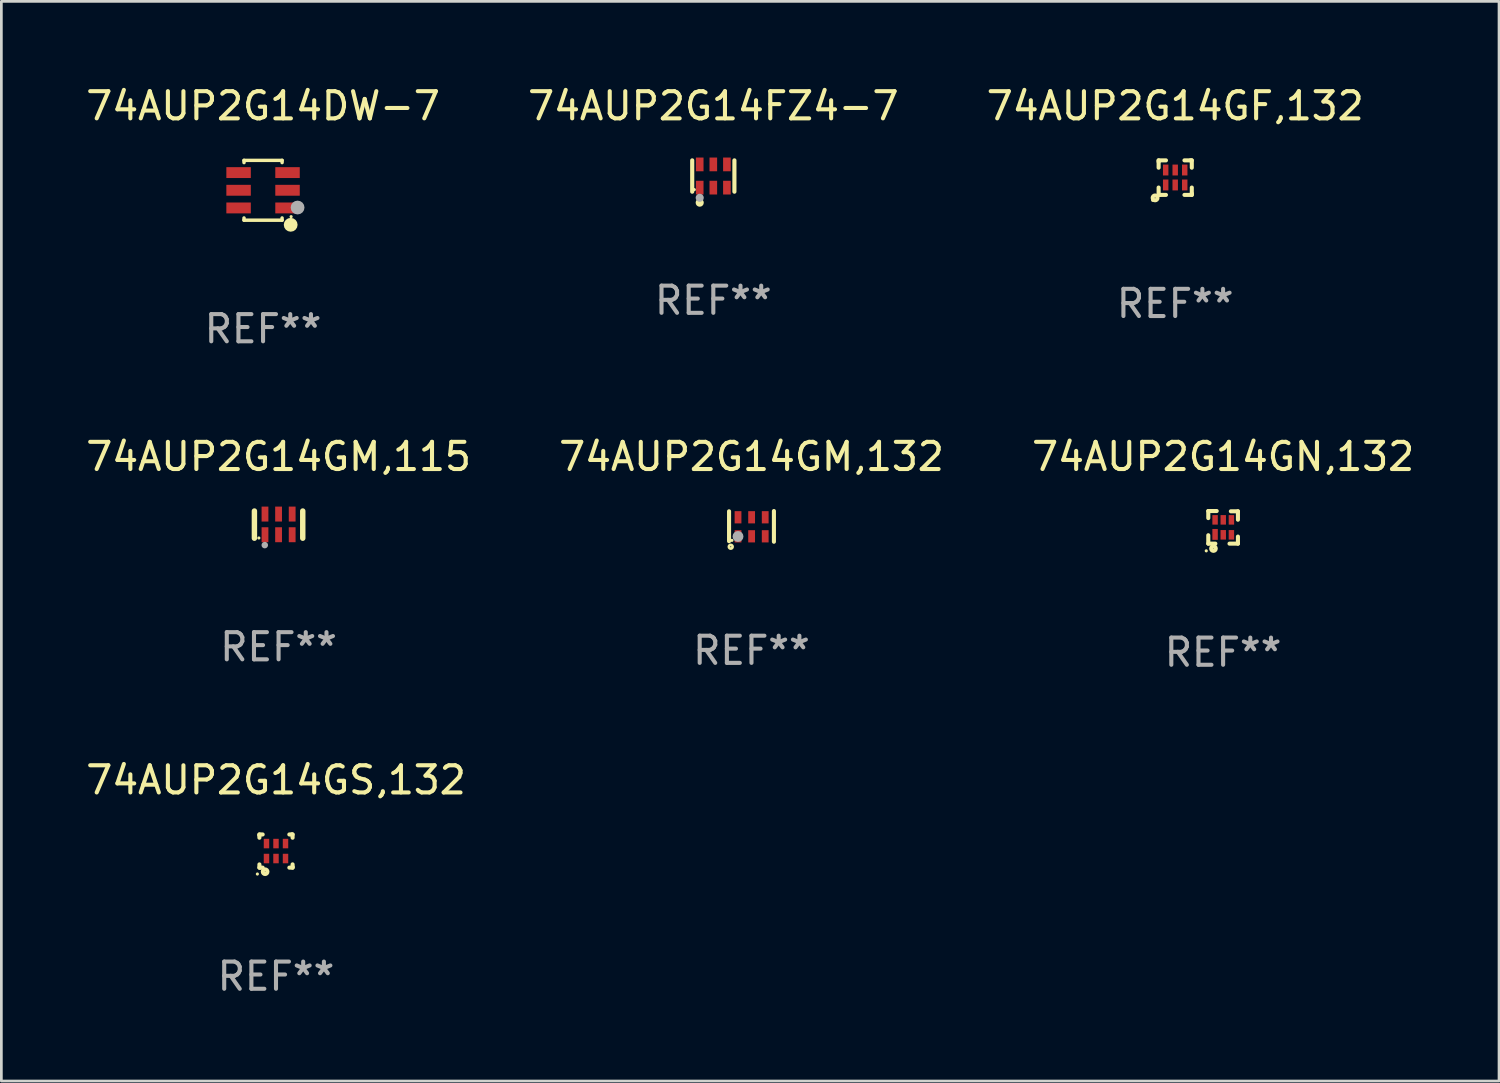
<source format=kicad_pcb>
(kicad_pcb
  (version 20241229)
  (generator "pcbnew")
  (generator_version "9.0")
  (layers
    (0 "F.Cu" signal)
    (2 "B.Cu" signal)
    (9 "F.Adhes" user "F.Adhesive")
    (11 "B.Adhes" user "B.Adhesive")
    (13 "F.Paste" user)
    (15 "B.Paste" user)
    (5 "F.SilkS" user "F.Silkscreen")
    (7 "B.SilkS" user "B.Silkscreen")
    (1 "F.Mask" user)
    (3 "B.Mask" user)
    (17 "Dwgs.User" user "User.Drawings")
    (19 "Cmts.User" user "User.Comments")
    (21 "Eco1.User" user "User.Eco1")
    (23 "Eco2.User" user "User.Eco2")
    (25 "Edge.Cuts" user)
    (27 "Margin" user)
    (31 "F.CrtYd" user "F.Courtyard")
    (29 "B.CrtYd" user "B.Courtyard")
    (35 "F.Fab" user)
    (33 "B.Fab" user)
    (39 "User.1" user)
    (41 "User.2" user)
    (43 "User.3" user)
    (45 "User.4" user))
  (footprint "74AUP2G14GM,132"
    (layer "F.Cu")
    (at 24.589 16.31)
    (property "Reference" "74AUP2G14GM,132" (at 0 -2.565 0) (layer "F.SilkS") (effects (font (size 1 1) (thickness 0.15))))
    (attr through_hole)
    (fp_line (start -0.825 -0.555) (end -0.825 0.545) (stroke (width 0.15) (type solid)) (layer "F.SilkS"))
    (fp_line (start 0.825 -0.565) (end 0.825 0.565) (stroke (width 0.15) (type solid)) (layer "F.SilkS"))
    (fp_circle (center -0.763 0.749) (end -0.695 0.749) (stroke (width 0.1) (type solid)) (fill no) (layer "F.SilkS"))
    (fp_circle (center -0.72 0.515) (end -0.69 0.515) (stroke (width 0.06) (type solid)) (fill no) (layer "F.SilkS"))
    (fp_circle (center -0.496 0.371) (end -0.396 0.371) (stroke (width 0.2) (type solid)) (fill no) (layer "F.Fab"))
    (fp_text user "REF**" (at 0 4.565 0) (layer "F.Fab") (effects (font (size 1 1) (thickness 0.15))))
    (pad "1" smd rect (at -0.495 0.365) (size 0.25 0.45) (layers "F.Cu" "F.Mask" "F.Paste"))
    (pad "2" smd rect (at 0.005 0.365) (size 0.25 0.45) (layers "F.Cu" "F.Mask" "F.Paste"))
    (pad "3" smd rect (at 0.505 0.365) (size 0.25 0.45) (layers "F.Cu" "F.Mask" "F.Paste"))
    (pad "4" smd rect (at 0.505 -0.335) (size 0.25 0.45) (layers "F.Cu" "F.Mask" "F.Paste"))
    (pad "5" smd rect (at 0.005 -0.335) (size 0.25 0.45) (layers "F.Cu" "F.Mask" "F.Paste"))
    (pad "6" smd rect (at -0.495 -0.335) (size 0.25 0.45) (layers "F.Cu" "F.Mask" "F.Paste")))
  (footprint "74AUP2G14FZ4-7"
    (layer "F.Cu")
    (at 23.185 3.424)
    (property "Reference" "74AUP2G14FZ4-7" (at 0 -2.576 0) (layer "F.SilkS") (effects (font (size 1 1) (thickness 0.15))))
    (attr through_hole)
    (fp_line (start -0.776 0.576) (end -0.776 -0.576) (stroke (width 0.152) (type solid)) (layer "F.SilkS"))
    (fp_line (start 0.776 0.576) (end 0.776 -0.576) (stroke (width 0.152) (type solid)) (layer "F.SilkS"))
    (fp_circle (center -0.7 0.5) (end -0.67 0.5) (stroke (width 0.06) (type solid)) (fill no) (layer "F.SilkS"))
    (fp_circle (center -0.5 0.98) (end -0.425 0.98) (stroke (width 0.15) (type solid)) (fill no) (layer "F.SilkS"))
    (fp_circle (center -0.5 0.8) (end -0.425 0.8) (stroke (width 0.15) (type solid)) (fill no) (layer "F.Fab"))
    (fp_text user "REF**" (at 0 4.576 0) (layer "F.Fab") (effects (font (size 1 1) (thickness 0.15))))
    (pad "1" smd rect (at -0.5 0.427) (size 0.28 0.505) (layers "F.Cu" "F.Mask" "F.Paste"))
    (pad "2" smd rect (at 0 0.427) (size 0.28 0.505) (layers "F.Cu" "F.Mask" "F.Paste"))
    (pad "3" smd rect (at 0.5 0.427) (size 0.28 0.505) (layers "F.Cu" "F.Mask" "F.Paste"))
    (pad "4" smd rect (at 0.5 -0.427) (size 0.28 0.505) (layers "F.Cu" "F.Mask" "F.Paste"))
    (pad "5" smd rect (at 0 -0.427) (size 0.28 0.505) (layers "F.Cu" "F.Mask" "F.Paste"))
    (pad "6" smd rect (at -0.5 -0.427) (size 0.28 0.505) (layers "F.Cu" "F.Mask" "F.Paste")))
  (footprint "74AUP2G14GN,132"
    (layer "F.Cu")
    (at 41.935 16.345)
    (property "Reference" "74AUP2G14GN,132" (at 0 -2.6 0) (layer "F.SilkS") (effects (font (size 1 1) (thickness 0.15))))
    (attr through_hole)
    (fp_line (start -0.545 -0.6) (end -0.235 -0.6) (stroke (width 0.15) (type solid)) (layer "F.SilkS"))
    (fp_line (start -0.545 -0.34) (end -0.545 -0.6) (stroke (width 0.15) (type solid)) (layer "F.SilkS"))
    (fp_line (start -0.545 0.6) (end -0.545 0.29) (stroke (width 0.15) (type solid)) (layer "F.SilkS"))
    (fp_line (start -0.285 0.6) (end -0.545 0.6) (stroke (width 0.15) (type solid)) (layer "F.SilkS"))
    (fp_line (start 0.285 -0.59) (end 0.545 -0.59) (stroke (width 0.15) (type solid)) (layer "F.SilkS"))
    (fp_line (start 0.545 -0.59) (end 0.545 -0.28) (stroke (width 0.15) (type solid)) (layer "F.SilkS"))
    (fp_line (start 0.545 0.34) (end 0.545 0.6) (stroke (width 0.15) (type solid)) (layer "F.SilkS"))
    (fp_line (start 0.545 0.6) (end 0.235 0.6) (stroke (width 0.15) (type solid)) (layer "F.SilkS"))
    (fp_circle (center -0.62 0.865) (end -0.59 0.865) (stroke (width 0.06) (type solid)) (fill no) (layer "F.SilkS"))
    (fp_circle (center -0.355 0.78) (end -0.345 0.78) (stroke (width 0.15) (type solid)) (fill no) (layer "F.SilkS"))
    (fp_text user "REF**" (at 0 4.6 0) (layer "F.Fab") (effects (font (size 1 1) (thickness 0.15))))
    (pad "1" smd rect (at -0.295 0.26) (size 0.2 0.4) (layers "F.Cu" "F.Mask" "F.Paste"))
    (pad "2" smd rect (at 0.005 0.275) (size 0.2 0.35) (layers "F.Cu" "F.Mask" "F.Paste"))
    (pad "3" smd rect (at 0.305 0.275) (size 0.2 0.35) (layers "F.Cu" "F.Mask" "F.Paste"))
    (pad "4" smd rect (at 0.305 -0.275) (size 0.2 0.35) (layers "F.Cu" "F.Mask" "F.Paste"))
    (pad "5" smd rect (at 0.005 -0.275) (size 0.2 0.35) (layers "F.Cu" "F.Mask" "F.Paste"))
    (pad "6" smd rect (at -0.295 -0.275) (size 0.2 0.35) (layers "F.Cu" "F.Mask" "F.Paste")))
  (footprint "74AUP2G14GS,132"
    (layer "F.Cu")
    (at 7.101 28.251)
    (property "Reference" "74AUP2G14GS,132" (at 0 -2.61 0) (layer "F.SilkS") (effects (font (size 1 1) (thickness 0.15))))
    (attr through_hole)
    (fp_line (start -0.61 -0.61) (end -0.49 -0.61) (stroke (width 0.15) (type solid)) (layer "F.SilkS"))
    (fp_line (start -0.61 -0.58) (end -0.61 -0.61) (stroke (width 0.15) (type solid)) (layer "F.SilkS"))
    (fp_line (start -0.61 -0.49) (end -0.61 -0.58) (stroke (width 0.15) (type solid)) (layer "F.SilkS"))
    (fp_line (start -0.61 0.61) (end -0.61 0.491) (stroke (width 0.15) (type solid)) (layer "F.SilkS"))
    (fp_line (start -0.58 0.61) (end -0.61 0.61) (stroke (width 0.15) (type solid)) (layer "F.SilkS"))
    (fp_line (start -0.49 0.61) (end -0.58 0.61) (stroke (width 0.15) (type solid)) (layer "F.SilkS"))
    (fp_line (start 0.49 -0.61) (end 0.58 -0.61) (stroke (width 0.15) (type solid)) (layer "F.SilkS"))
    (fp_line (start 0.58 -0.61) (end 0.61 -0.61) (stroke (width 0.15) (type solid)) (layer "F.SilkS"))
    (fp_line (start 0.61 -0.61) (end 0.61 -0.49) (stroke (width 0.15) (type solid)) (layer "F.SilkS"))
    (fp_line (start 0.61 0.49) (end 0.61 0.58) (stroke (width 0.15) (type solid)) (layer "F.SilkS"))
    (fp_line (start 0.61 0.58) (end 0.61 0.61) (stroke (width 0.15) (type solid)) (layer "F.SilkS"))
    (fp_line (start 0.61 0.61) (end 0.491 0.61) (stroke (width 0.15) (type solid)) (layer "F.SilkS"))
    (fp_circle (center -0.685 0.845) (end -0.655 0.845) (stroke (width 0.06) (type solid)) (fill no) (layer "F.SilkS"))
    (fp_circle (center -0.4 0.76) (end -0.39 0.76) (stroke (width 0.15) (type solid)) (fill no) (layer "F.SilkS"))
    (fp_text user "REF**" (at 0 4.61 0) (layer "F.Fab") (effects (font (size 1 1) (thickness 0.15))))
    (pad "1" smd rect (at -0.35 0.275) (size 0.2 0.35) (layers "F.Cu" "F.Mask" "F.Paste"))
    (pad "2" smd rect (at -0.000038 0.275) (size 0.2 0.35) (layers "F.Cu" "F.Mask" "F.Paste"))
    (pad "3" smd rect (at 0.35 0.275) (size 0.2 0.35) (layers "F.Cu" "F.Mask" "F.Paste"))
    (pad "4" smd rect (at 0.35 -0.275) (size 0.2 0.35) (layers "F.Cu" "F.Mask" "F.Paste"))
    (pad "5" smd rect (at -0.000038 -0.275) (size 0.2 0.35) (layers "F.Cu" "F.Mask" "F.Paste"))
    (pad "6" smd rect (at -0.35 -0.275) (size 0.2 0.35) (layers "F.Cu" "F.Mask" "F.Paste")))
  (footprint "74AUP2G14GM,115"
    (layer "F.Cu")
    (at 7.196 16.245)
    (property "Reference" "74AUP2G14GM,115" (at 0 -2.5 0) (layer "F.SilkS") (effects (font (size 1 1) (thickness 0.15))))
    (attr through_hole)
    (fp_line (start -0.889 0.5) (end -0.889 -0.5) (stroke (width 0.2) (type solid)) (layer "F.SilkS"))
    (fp_line (start 0.889 0.5) (end 0.889 -0.5) (stroke (width 0.2) (type solid)) (layer "F.SilkS"))
    (fp_circle (center -0.725 0.492) (end -0.695 0.492) (stroke (width 0.06) (type solid)) (fill no) (layer "F.SilkS"))
    (fp_circle (center -0.508 0.754) (end -0.448 0.754) (stroke (width 0.12) (type solid)) (fill no) (layer "F.Fab"))
    (fp_text user "REF**" (at 0 4.5 0) (layer "F.Fab") (effects (font (size 1 1) (thickness 0.15))))
    (pad "1" smd rect (at -0.5 0.372) (size 0.25 0.55) (layers "F.Cu" "F.Mask" "F.Paste"))
    (pad "2" smd rect (at -0.000127 0.372) (size 0.25 0.55) (layers "F.Cu" "F.Mask" "F.Paste"))
    (pad "3" smd rect (at 0.5 0.372) (size 0.25 0.55) (layers "F.Cu" "F.Mask" "F.Paste"))
    (pad "4" smd rect (at 0.5 -0.388 180) (size 0.25 0.55) (layers "F.Cu" "F.Mask" "F.Paste"))
    (pad "5" smd rect (at -0.000127 -0.388 180) (size 0.25 0.55) (layers "F.Cu" "F.Mask" "F.Paste"))
    (pad "6" smd rect (at -0.5 -0.388 180) (size 0.25 0.55) (layers "F.Cu" "F.Mask" "F.Paste")))
  (footprint "74AUP2G14GF,132"
    (layer "F.Cu")
    (at 40.173 3.483)
    (property "Reference" "74AUP2G14GF,132" (at 0 -2.635 0) (layer "F.SilkS") (effects (font (size 1 1) (thickness 0.15))))
    (attr through_hole)
    (fp_line (start -0.61 0.635) (end -0.61 0.365) (stroke (width 0.15) (type solid)) (layer "F.SilkS"))
    (fp_line (start -0.61 -0.635) (end -0.34 -0.635) (stroke (width 0.15) (type solid)) (layer "F.SilkS"))
    (fp_line (start -0.61 -0.585) (end -0.61 -0.635) (stroke (width 0.15) (type solid)) (layer "F.SilkS"))
    (fp_line (start -0.61 -0.365) (end -0.61 -0.585) (stroke (width 0.15) (type solid)) (layer "F.SilkS"))
    (fp_line (start -0.56 0.635) (end -0.61 0.635) (stroke (width 0.15) (type solid)) (layer "F.SilkS"))
    (fp_line (start -0.34 0.635) (end -0.56 0.635) (stroke (width 0.15) (type solid)) (layer "F.SilkS"))
    (fp_line (start 0.34 -0.635) (end 0.56 -0.635) (stroke (width 0.15) (type solid)) (layer "F.SilkS"))
    (fp_line (start 0.56 -0.635) (end 0.61 -0.635) (stroke (width 0.15) (type solid)) (layer "F.SilkS"))
    (fp_line (start 0.61 -0.635) (end 0.61 -0.365) (stroke (width 0.15) (type solid)) (layer "F.SilkS"))
    (fp_line (start 0.61 0.365) (end 0.61 0.585) (stroke (width 0.15) (type solid)) (layer "F.SilkS"))
    (fp_line (start 0.61 0.585) (end 0.61 0.635) (stroke (width 0.15) (type solid)) (layer "F.SilkS"))
    (fp_line (start 0.61 0.635) (end 0.34 0.635) (stroke (width 0.15) (type solid)) (layer "F.SilkS"))
    (fp_circle (center -0.829 0.834) (end -0.799 0.834) (stroke (width 0.06) (type solid)) (fill no) (layer "F.SilkS"))
    (fp_circle (center -0.74 0.745) (end -0.726 0.745) (stroke (width 0.15) (type solid)) (fill no) (layer "F.SilkS"))
    (fp_text user "REF**" (at 0 4.635 0) (layer "F.Fab") (effects (font (size 1 1) (thickness 0.15))))
    (pad "1" smd rect (at -0.35 0.27) (size 0.2 0.4) (layers "F.Cu" "F.Mask" "F.Paste"))
    (pad "2" smd rect (at -0.000051 0.27) (size 0.2 0.4) (layers "F.Cu" "F.Mask" "F.Paste"))
    (pad "3" smd rect (at 0.35 0.27) (size 0.2 0.4) (layers "F.Cu" "F.Mask" "F.Paste"))
    (pad "4" smd rect (at 0.35 -0.28) (size 0.2 0.4) (layers "F.Cu" "F.Mask" "F.Paste"))
    (pad "5" smd rect (at -0.000051 -0.28) (size 0.2 0.4) (layers "F.Cu" "F.Mask" "F.Paste"))
    (pad "6" smd rect (at -0.35 -0.28) (size 0.2 0.4) (layers "F.Cu" "F.Mask" "F.Paste")))
  (footprint "74AUP2G14DW-7"
    (layer "F.Cu")
    (at 6.625 3.948)
    (property "Reference" "74AUP2G14DW-7" (at 0 -3.1 0) (layer "F.SilkS") (effects (font (size 1 1) (thickness 0.15))))
    (attr through_hole)
    (fp_line (start -0.7 -1.018) (end -0.7 -1.1) (stroke (width 0.127) (type solid)) (layer "F.SilkS"))
    (fp_line (start -0.7 1.1) (end -0.7 1.018) (stroke (width 0.127) (type solid)) (layer "F.SilkS"))
    (fp_line (start 0.7 -1.1) (end -0.7 -1.1) (stroke (width 0.127) (type solid)) (layer "F.SilkS"))
    (fp_line (start 0.7 -1.018) (end 0.7 -1.1) (stroke (width 0.127) (type solid)) (layer "F.SilkS"))
    (fp_line (start 0.7 1.1) (end -0.7 1.1) (stroke (width 0.127) (type solid)) (layer "F.SilkS"))
    (fp_line (start 0.7 1.1) (end 0.7 1.018) (stroke (width 0.127) (type solid)) (layer "F.SilkS"))
    (fp_circle (center 1.016 1.27) (end 1.143 1.27) (stroke (width 0.254) (type solid)) (fill no) (layer "F.SilkS"))
    (fp_circle (center 1.032 0.97) (end 1.062 0.97) (stroke (width 0.06) (type solid)) (fill no) (layer "F.SilkS"))
    (fp_circle (center 1.27 0.635) (end 1.397 0.635) (stroke (width 0.254) (type solid)) (fill no) (layer "F.Fab"))
    (fp_text user "REF**" (at 0 5.1 0) (layer "F.Fab") (effects (font (size 1 1) (thickness 0.15))))
    (pad "1" smd rect (at 0.9 0.65 90) (size 0.4 0.9) (layers "F.Cu" "F.Mask" "F.Paste"))
    (pad "2" smd rect (at 0.9 -0.000102 90) (size 0.4 0.9) (layers "F.Cu" "F.Mask" "F.Paste"))
    (pad "3" smd rect (at 0.9 -0.65 90) (size 0.4 0.9) (layers "F.Cu" "F.Mask" "F.Paste"))
    (pad "4" smd rect (at -0.9 -0.65 90) (size 0.4 0.9) (layers "F.Cu" "F.Mask" "F.Paste"))
    (pad "5" smd rect (at -0.9 -0.000102 90) (size 0.4 0.9) (layers "F.Cu" "F.Mask" "F.Paste"))
    (pad "6" smd rect (at -0.9 0.65 90) (size 0.4 0.9) (layers "F.Cu" "F.Mask" "F.Paste")))
  (gr_rect
    (start -3 -3)
    (end 52.083 36.71)
    (stroke (width 0.1) (type default))
    (fill no)
    (layer "Edge.Cuts")))
</source>
